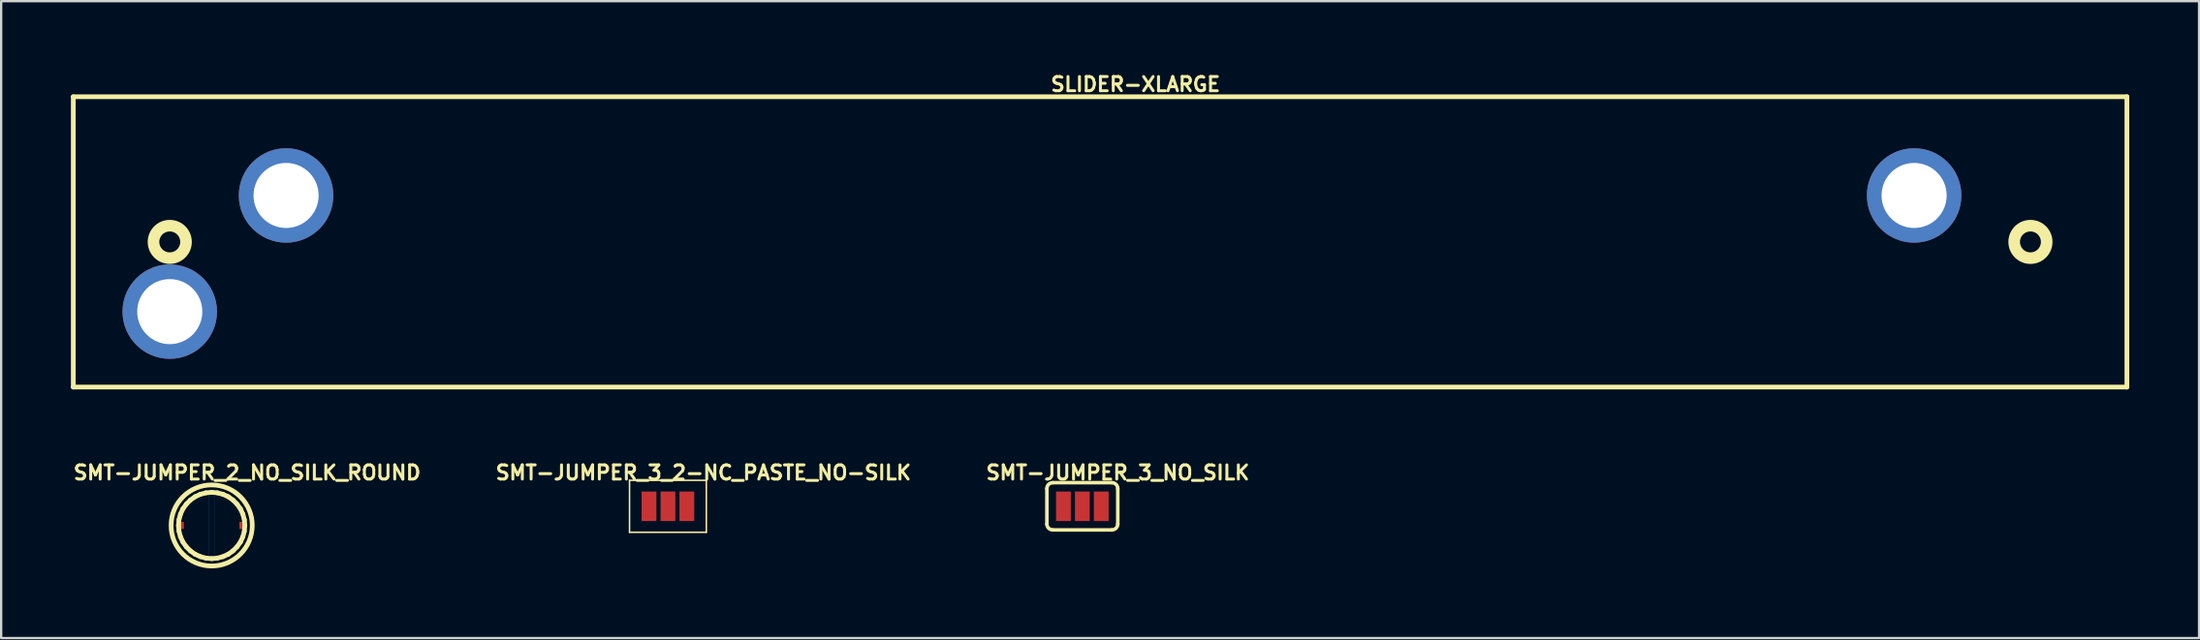
<source format=kicad_pcb>
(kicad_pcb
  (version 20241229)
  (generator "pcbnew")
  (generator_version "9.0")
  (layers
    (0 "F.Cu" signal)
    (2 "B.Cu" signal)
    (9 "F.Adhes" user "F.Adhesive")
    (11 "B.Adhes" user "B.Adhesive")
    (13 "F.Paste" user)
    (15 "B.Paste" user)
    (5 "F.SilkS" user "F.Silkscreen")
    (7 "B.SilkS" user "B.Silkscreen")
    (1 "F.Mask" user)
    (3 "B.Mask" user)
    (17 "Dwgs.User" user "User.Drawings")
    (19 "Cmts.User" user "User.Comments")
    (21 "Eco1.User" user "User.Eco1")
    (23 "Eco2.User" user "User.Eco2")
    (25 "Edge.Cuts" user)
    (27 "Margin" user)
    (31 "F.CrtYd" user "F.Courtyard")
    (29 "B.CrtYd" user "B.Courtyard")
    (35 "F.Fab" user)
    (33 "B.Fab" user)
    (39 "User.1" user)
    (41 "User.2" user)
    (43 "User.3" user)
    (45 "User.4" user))
  (footprint "SMT-JUMPER_2_NO_SILK_ROUND"
    (layer "F.Cu")
    (at 6.051 19.564)
    (property "Reference" "SMT-JUMPER_2_NO_SILK_ROUND" (at 1.524 -2.273 0) (layer "F.SilkS") (effects (font (size 0.61 0.61) (thickness 0.127))))
    (attr smd)
    (fp_line (start -1.379 0) (end -1.364 -0.231) (stroke (width 0.005) (type solid)) (layer "B.Cu"))
    (fp_line (start -1.364 -0.231) (end -1.311 -0.457) (stroke (width 0.005) (type solid)) (layer "B.Cu"))
    (fp_line (start -1.364 0.231) (end -1.379 0) (stroke (width 0.005) (type solid)) (layer "B.Cu"))
    (fp_line (start -1.311 -0.457) (end -1.222 -0.673) (stroke (width 0.005) (type solid)) (layer "B.Cu"))
    (fp_line (start -1.311 0.457) (end -1.364 0.231) (stroke (width 0.005) (type solid)) (layer "B.Cu"))
    (fp_line (start -1.222 -0.673) (end -1.097 -0.869) (stroke (width 0.005) (type solid)) (layer "B.Cu"))
    (fp_line (start -1.222 0.673) (end -1.311 0.457) (stroke (width 0.005) (type solid)) (layer "B.Cu"))
    (fp_line (start -1.097 -0.869) (end -0.942 -1.044) (stroke (width 0.005) (type solid)) (layer "B.Cu"))
    (fp_line (start -1.097 0.869) (end -1.222 0.673) (stroke (width 0.005) (type solid)) (layer "B.Cu"))
    (fp_line (start -0.942 -1.044) (end -0.759 -1.191) (stroke (width 0.005) (type solid)) (layer "B.Cu"))
    (fp_line (start -0.942 1.044) (end -1.097 0.869) (stroke (width 0.005) (type solid)) (layer "B.Cu"))
    (fp_line (start -0.759 -1.191) (end -0.559 -1.306) (stroke (width 0.005) (type solid)) (layer "B.Cu"))
    (fp_line (start -0.759 1.191) (end -0.942 1.044) (stroke (width 0.005) (type solid)) (layer "B.Cu"))
    (fp_line (start -0.559 -1.306) (end -0.338 -1.384) (stroke (width 0.005) (type solid)) (layer "B.Cu"))
    (fp_line (start -0.559 1.306) (end -0.759 1.191) (stroke (width 0.005) (type solid)) (layer "B.Cu"))
    (fp_line (start -0.338 -1.384) (end -0.109 -1.427) (stroke (width 0.005) (type solid)) (layer "B.Cu"))
    (fp_line (start -0.338 1.384) (end -0.559 1.306) (stroke (width 0.005) (type solid)) (layer "B.Cu"))
    (fp_line (start -0.109 -1.427) (end -0.109 1.427) (stroke (width 0.005) (type solid)) (layer "B.Cu"))
    (fp_line (start -0.109 1.427) (end -0.338 1.384) (stroke (width 0.005) (type solid)) (layer "B.Cu"))
    (fp_line (start 0.109 -1.427) (end 0.109 1.427) (stroke (width 0.005) (type solid)) (layer "B.Cu"))
    (fp_line (start 0.109 1.427) (end 0.338 1.384) (stroke (width 0.005) (type solid)) (layer "B.Cu"))
    (fp_line (start 0.338 -1.384) (end 0.109 -1.427) (stroke (width 0.005) (type solid)) (layer "B.Cu"))
    (fp_line (start 0.338 1.384) (end 0.559 1.306) (stroke (width 0.005) (type solid)) (layer "B.Cu"))
    (fp_line (start 0.559 -1.306) (end 0.338 -1.384) (stroke (width 0.005) (type solid)) (layer "B.Cu"))
    (fp_line (start 0.559 1.306) (end 0.759 1.191) (stroke (width 0.005) (type solid)) (layer "B.Cu"))
    (fp_line (start 0.759 -1.191) (end 0.559 -1.306) (stroke (width 0.005) (type solid)) (layer "B.Cu"))
    (fp_line (start 0.759 1.191) (end 0.942 1.044) (stroke (width 0.005) (type solid)) (layer "B.Cu"))
    (fp_line (start 0.942 -1.044) (end 0.759 -1.191) (stroke (width 0.005) (type solid)) (layer "B.Cu"))
    (fp_line (start 0.942 1.044) (end 1.097 0.869) (stroke (width 0.005) (type solid)) (layer "B.Cu"))
    (fp_line (start 1.097 -0.869) (end 0.942 -1.044) (stroke (width 0.005) (type solid)) (layer "B.Cu"))
    (fp_line (start 1.097 0.869) (end 1.222 0.673) (stroke (width 0.005) (type solid)) (layer "B.Cu"))
    (fp_line (start 1.222 -0.673) (end 1.097 -0.869) (stroke (width 0.005) (type solid)) (layer "B.Cu"))
    (fp_line (start 1.222 0.673) (end 1.311 0.457) (stroke (width 0.005) (type solid)) (layer "B.Cu"))
    (fp_line (start 1.311 -0.457) (end 1.222 -0.673) (stroke (width 0.005) (type solid)) (layer "B.Cu"))
    (fp_line (start 1.311 0.457) (end 1.364 0.231) (stroke (width 0.005) (type solid)) (layer "B.Cu"))
    (fp_line (start 1.364 -0.231) (end 1.311 -0.457) (stroke (width 0.005) (type solid)) (layer "B.Cu"))
    (fp_line (start 1.364 0.231) (end 1.379 0) (stroke (width 0.005) (type solid)) (layer "B.Cu"))
    (fp_line (start 1.379 0) (end 1.364 -0.231) (stroke (width 0.005) (type solid)) (layer "B.Cu"))
    (fp_line (start -1.427 0) (end -1.405 -0.246) (stroke (width 0.203) (type solid)) (layer "F.SilkS"))
    (fp_line (start -1.405 -0.246) (end -1.341 -0.488) (stroke (width 0.203) (type solid)) (layer "F.SilkS"))
    (fp_line (start -1.405 0.246) (end -1.427 0) (stroke (width 0.203) (type solid)) (layer "F.SilkS"))
    (fp_line (start -1.341 -0.488) (end -1.237 -0.714) (stroke (width 0.203) (type solid)) (layer "F.SilkS"))
    (fp_line (start -1.341 0.488) (end -1.405 0.246) (stroke (width 0.203) (type solid)) (layer "F.SilkS"))
    (fp_line (start -1.237 -0.714) (end -1.092 -0.917) (stroke (width 0.203) (type solid)) (layer "F.SilkS"))
    (fp_line (start -1.237 0.714) (end -1.341 0.488) (stroke (width 0.203) (type solid)) (layer "F.SilkS"))
    (fp_line (start -1.092 -0.917) (end -0.917 -1.092) (stroke (width 0.203) (type solid)) (layer "F.SilkS"))
    (fp_line (start -1.092 0.917) (end -1.237 0.714) (stroke (width 0.203) (type solid)) (layer "F.SilkS"))
    (fp_line (start -0.917 -1.092) (end -0.714 -1.237) (stroke (width 0.203) (type solid)) (layer "F.SilkS"))
    (fp_line (start -0.917 1.092) (end -1.092 0.917) (stroke (width 0.203) (type solid)) (layer "F.SilkS"))
    (fp_line (start -0.714 -1.237) (end -0.488 -1.341) (stroke (width 0.203) (type solid)) (layer "F.SilkS"))
    (fp_line (start -0.714 1.237) (end -0.917 1.092) (stroke (width 0.203) (type solid)) (layer "F.SilkS"))
    (fp_line (start -0.488 -1.341) (end -0.246 -1.405) (stroke (width 0.203) (type solid)) (layer "F.SilkS"))
    (fp_line (start -0.488 1.341) (end -0.714 1.237) (stroke (width 0.203) (type solid)) (layer "F.SilkS"))
    (fp_line (start -0.246 -1.405) (end 0 -1.427) (stroke (width 0.203) (type solid)) (layer "F.SilkS"))
    (fp_line (start -0.246 1.405) (end -0.488 1.341) (stroke (width 0.203) (type solid)) (layer "F.SilkS"))
    (fp_line (start 0 -1.427) (end 0.246 -1.405) (stroke (width 0.203) (type solid)) (layer "F.SilkS"))
    (fp_line (start 0 1.427) (end -0.246 1.405) (stroke (width 0.203) (type solid)) (layer "F.SilkS"))
    (fp_line (start 0.246 -1.405) (end 0.488 -1.341) (stroke (width 0.203) (type solid)) (layer "F.SilkS"))
    (fp_line (start 0.246 1.405) (end 0 1.427) (stroke (width 0.203) (type solid)) (layer "F.SilkS"))
    (fp_line (start 0.488 -1.341) (end 0.714 -1.237) (stroke (width 0.203) (type solid)) (layer "F.SilkS"))
    (fp_line (start 0.488 1.341) (end 0.246 1.405) (stroke (width 0.203) (type solid)) (layer "F.SilkS"))
    (fp_line (start 0.714 -1.237) (end 0.917 -1.092) (stroke (width 0.203) (type solid)) (layer "F.SilkS"))
    (fp_line (start 0.714 1.237) (end 0.488 1.341) (stroke (width 0.203) (type solid)) (layer "F.SilkS"))
    (fp_line (start 0.917 -1.092) (end 1.092 -0.917) (stroke (width 0.203) (type solid)) (layer "F.SilkS"))
    (fp_line (start 0.917 1.092) (end 0.714 1.237) (stroke (width 0.203) (type solid)) (layer "F.SilkS"))
    (fp_line (start 1.092 -0.917) (end 1.237 -0.714) (stroke (width 0.203) (type solid)) (layer "F.SilkS"))
    (fp_line (start 1.092 0.917) (end 0.917 1.092) (stroke (width 0.203) (type solid)) (layer "F.SilkS"))
    (fp_line (start 1.237 -0.714) (end 1.341 -0.488) (stroke (width 0.203) (type solid)) (layer "F.SilkS"))
    (fp_line (start 1.237 0.714) (end 1.092 0.917) (stroke (width 0.203) (type solid)) (layer "F.SilkS"))
    (fp_line (start 1.341 -0.488) (end 1.405 -0.246) (stroke (width 0.203) (type solid)) (layer "F.SilkS"))
    (fp_line (start 1.341 0.488) (end 1.237 0.714) (stroke (width 0.203) (type solid)) (layer "F.SilkS"))
    (fp_line (start 1.405 -0.246) (end 1.427 0) (stroke (width 0.203) (type solid)) (layer "F.SilkS"))
    (fp_line (start 1.405 0.246) (end 1.341 0.488) (stroke (width 0.203) (type solid)) (layer "F.SilkS"))
    (fp_line (start 1.427 0) (end 1.405 0.246) (stroke (width 0.203) (type solid)) (layer "F.SilkS"))
    (fp_circle (center 0 0) (end 0 -1.745) (stroke (width 0.203) (type solid)) (fill no) (layer "F.SilkS"))
    (pad "1" smd rect (at -1.27 0 270) (size 0.305 0.152) (layers "F.Cu" "F.Mask" "F.Paste"))
    (pad "2" smd rect (at 1.27 0 90) (size 0.305 0.152) (layers "F.Cu" "F.Mask" "F.Paste")))
  (footprint "SLIDER-XLARGE"
    (layer "F.Cu")
    (at 44.249 7.361)
    (property "Reference" "SLIDER-XLARGE" (at 1.524 -6.782 0) (layer "F.SilkS") (effects (font (size 0.61 0.61) (thickness 0.127))))
    (attr exclude_from_pos_files exclude_from_bom)
    (fp_line (start -44.148 -6.248) (end -44.148 6.248) (stroke (width 0.203) (type solid)) (layer "F.SilkS"))
    (fp_line (start -44.148 6.248) (end 44.148 6.248) (stroke (width 0.203) (type solid)) (layer "F.SilkS"))
    (fp_line (start 44.148 -6.248) (end -44.148 -6.248) (stroke (width 0.203) (type solid)) (layer "F.SilkS"))
    (fp_line (start 44.148 6.248) (end 44.148 -6.248) (stroke (width 0.203) (type solid)) (layer "F.SilkS"))
    (fp_circle (center -40 0) (end -40 -0.699) (stroke (width 0.498) (type solid)) (fill no) (layer "F.SilkS"))
    (fp_circle (center 40 0) (end 40 -0.699) (stroke (width 0.498) (type solid)) (fill no) (layer "F.SilkS"))
    (pad "1" thru_hole circle (at -34.999 -1.999) (size 4.064 4.064) (drill 2.799) (layers "*.Cu" "*.Paste" "*.Mask"))
    (pad "2A" thru_hole circle (at -40 3) (size 4.064 4.064) (drill 2.799) (layers "*.Cu" "*.Paste" "*.Mask"))
    (pad "3" thru_hole circle (at 34.999 -1.999) (size 4.064 4.064) (drill 2.799) (layers "*.Cu" "*.Paste" "*.Mask")))
  (footprint "SMT-JUMPER_3_2-NC_PASTE_NO-SILK"
    (layer "F.Cu")
    (at 25.668 18.739)
    (property "Reference" "SMT-JUMPER_3_2-NC_PASTE_NO-SILK" (at 1.524 -1.448 0) (layer "F.SilkS") (effects (font (size 0.61 0.61) (thickness 0.127))))
    (attr smd)
    (fp_line (start -1.651 -1.118) (end 1.651 -1.118) (stroke (width 0.066) (type solid)) (layer "F.SilkS"))
    (fp_line (start -1.651 1.118) (end -1.651 -1.118) (stroke (width 0.066) (type solid)) (layer "F.SilkS"))
    (fp_line (start -1.651 1.118) (end 1.651 1.118) (stroke (width 0.066) (type solid)) (layer "F.SilkS"))
    (fp_line (start 1.651 1.118) (end 1.651 -1.118) (stroke (width 0.066) (type solid)) (layer "F.SilkS"))
    (pad "1" smd rect (at -0.813 0) (size 0.635 1.27) (layers "F.Cu" "F.Mask" "F.Paste"))
    (pad "2" smd rect (at 0 0) (size 0.635 1.27) (layers "F.Cu" "F.Mask" "F.Paste"))
    (pad "3" smd rect (at 0.813 0) (size 0.635 1.27) (layers "F.Cu" "F.Mask" "F.Paste")))
  (footprint "SMT-JUMPER_3_NO_SILK"
    (layer "F.Cu")
    (at 43.485 18.739)
    (property "Reference" "SMT-JUMPER_3_NO_SILK" (at 1.524 -1.448 0) (layer "F.SilkS") (effects (font (size 0.61 0.61) (thickness 0.127))))
    (attr smd)
    (fp_line (start -1.524 0.762) (end -1.524 -0.762) (stroke (width 0.152) (type solid)) (layer "F.SilkS"))
    (fp_line (start -1.27 -1.016) (end 1.27 -1.016) (stroke (width 0.152) (type solid)) (layer "F.SilkS"))
    (fp_line (start 1.27 1.016) (end -1.27 1.016) (stroke (width 0.152) (type solid)) (layer "F.SilkS"))
    (fp_line (start 1.524 0.762) (end 1.524 -0.762) (stroke (width 0.152) (type solid)) (layer "F.SilkS"))
    (fp_arc (start -1.524 -0.762) (mid -1.449605 -0.941605) (end -1.27 -1.016) (stroke (width 0.1524) (type solid)) (layer "F.SilkS"))
    (fp_arc (start -1.27 1.016) (mid -1.449605 0.941605) (end -1.524 0.762) (stroke (width 0.1524) (type solid)) (layer "F.SilkS"))
    (fp_arc (start 1.27 -1.016) (mid 1.449605 -0.941605) (end 1.524 -0.762) (stroke (width 0.1524) (type solid)) (layer "F.SilkS"))
    (fp_arc (start 1.524 0.762) (mid 1.449605 0.941605) (end 1.27 1.016) (stroke (width 0.1524) (type solid)) (layer "F.SilkS"))
    (pad "1" smd rect (at -0.813 0) (size 0.635 1.27) (layers "F.Cu" "F.Mask" "F.Paste"))
    (pad "2" smd rect (at 0 0) (size 0.635 1.27) (layers "F.Cu" "F.Mask" "F.Paste"))
    (pad "3" smd rect (at 0.813 0) (size 0.635 1.27) (layers "F.Cu" "F.Mask" "F.Paste")))
  (gr_rect
    (start -3 -3)
    (end 91.499 24.411)
    (stroke (width 0.1) (type default))
    (fill no)
    (layer "Edge.Cuts")))
</source>
